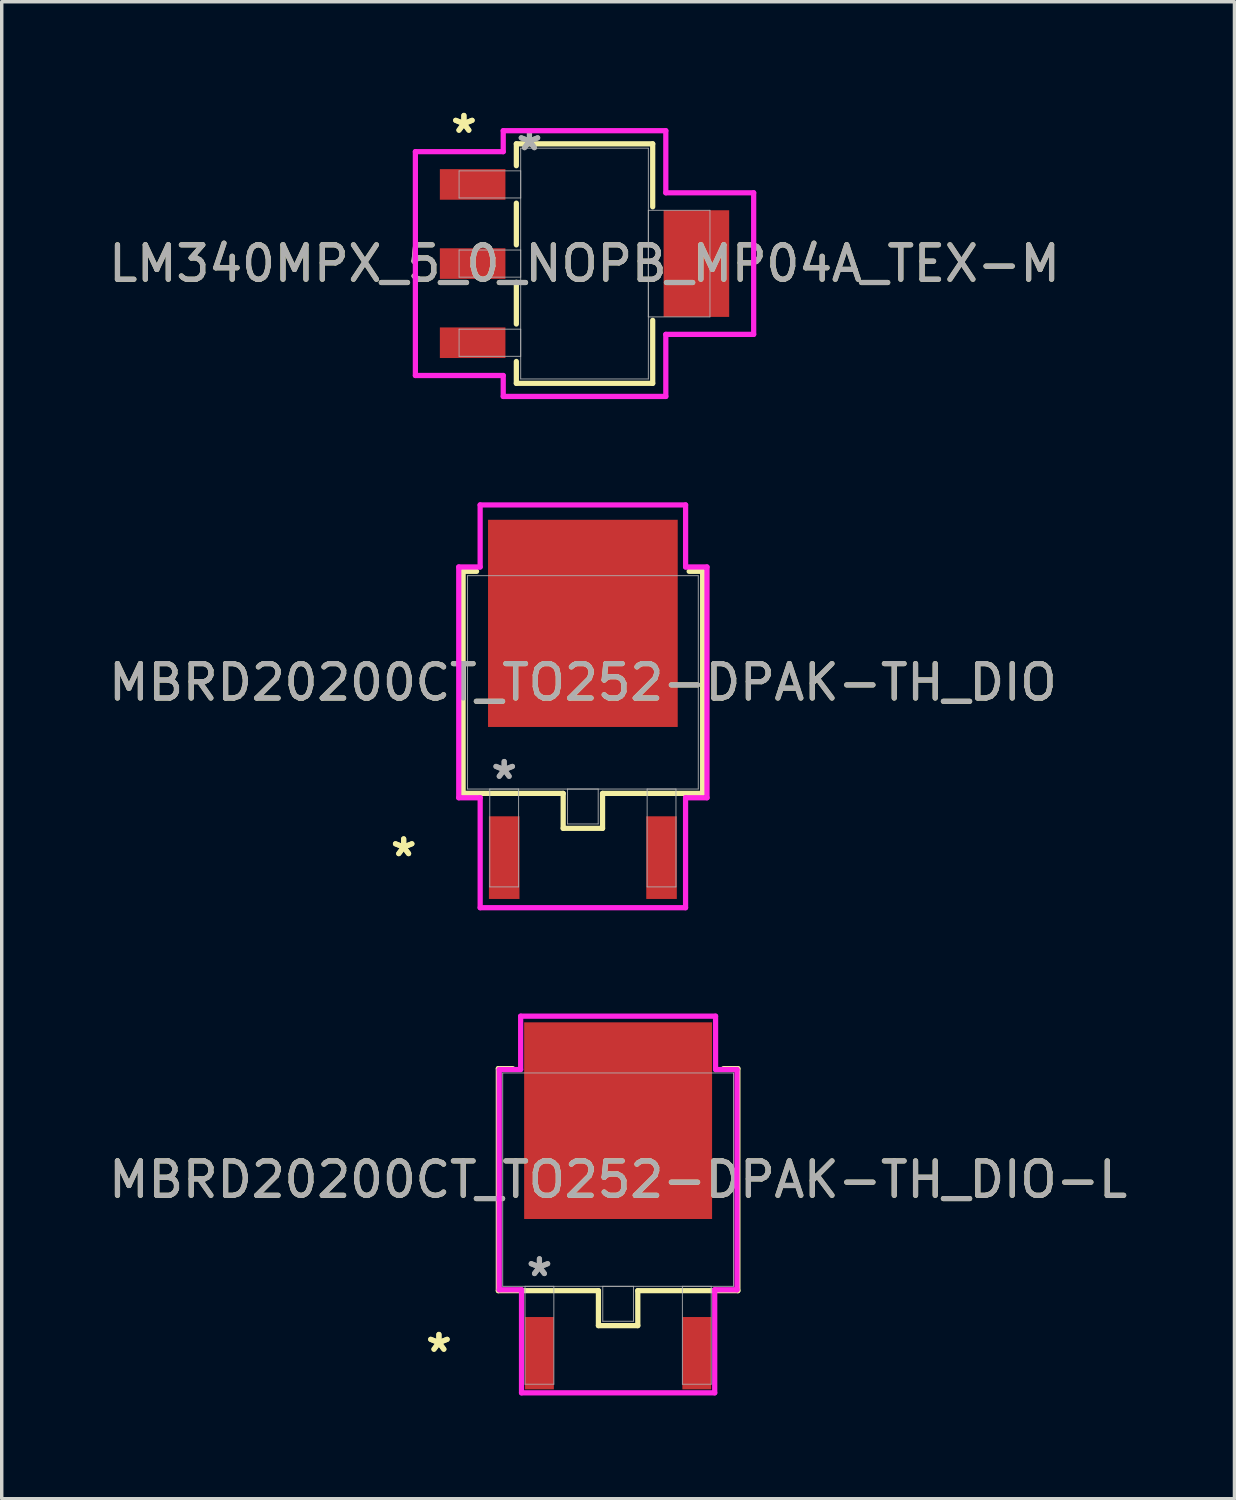
<source format=kicad_pcb>
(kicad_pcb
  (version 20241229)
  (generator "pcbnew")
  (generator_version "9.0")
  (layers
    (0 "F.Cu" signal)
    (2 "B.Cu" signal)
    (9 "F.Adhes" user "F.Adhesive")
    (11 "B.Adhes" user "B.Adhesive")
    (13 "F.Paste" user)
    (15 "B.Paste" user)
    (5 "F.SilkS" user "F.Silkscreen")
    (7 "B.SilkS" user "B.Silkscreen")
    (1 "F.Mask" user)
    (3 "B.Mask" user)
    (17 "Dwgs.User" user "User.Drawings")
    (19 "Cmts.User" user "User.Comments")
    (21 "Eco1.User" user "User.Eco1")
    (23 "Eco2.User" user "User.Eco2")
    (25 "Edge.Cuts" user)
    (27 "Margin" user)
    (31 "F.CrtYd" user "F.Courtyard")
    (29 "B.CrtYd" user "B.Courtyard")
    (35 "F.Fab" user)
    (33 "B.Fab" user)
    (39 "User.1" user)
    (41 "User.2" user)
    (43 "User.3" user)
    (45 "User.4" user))
  (footprint "LM340MPX_5_0_NOPB_MP04A_TEX-M"
    (layer "F.Cu")
    (at 13.935 4.609)
    (property "Reference" "LM340MPX_5_0_NOPB_MP04A_TEX-M" (at 0 0 0) (unlocked yes) (layer "F.SilkS") (effects (font (size 1 1) (thickness 0.15))))
    (attr smd)
    (fp_line (start -1.981 -3.48) (end -1.981 -2.844) (stroke (width 0.152) (type solid)) (layer "F.SilkS"))
    (fp_line (start -1.981 -1.756) (end -1.981 -0.544) (stroke (width 0.152) (type solid)) (layer "F.SilkS"))
    (fp_line (start -1.981 0.544) (end -1.981 1.756) (stroke (width 0.152) (type solid)) (layer "F.SilkS"))
    (fp_line (start -1.981 2.844) (end -1.981 3.48) (stroke (width 0.152) (type solid)) (layer "F.SilkS"))
    (fp_line (start -1.981 3.48) (end 1.981 3.48) (stroke (width 0.152) (type solid)) (layer "F.SilkS"))
    (fp_line (start 1.981 -3.48) (end -1.981 -3.48) (stroke (width 0.152) (type solid)) (layer "F.SilkS"))
    (fp_line (start 1.981 -1.649) (end 1.981 -3.48) (stroke (width 0.152) (type solid)) (layer "F.SilkS"))
    (fp_line (start 1.981 3.48) (end 1.981 1.649) (stroke (width 0.152) (type solid)) (layer "F.SilkS"))
    (fp_line (start -4.915 -3.252) (end -2.362 -3.252) (stroke (width 0.152) (type solid)) (layer "F.CrtYd"))
    (fp_line (start -4.915 3.252) (end -4.915 -3.252) (stroke (width 0.152) (type solid)) (layer "F.CrtYd"))
    (fp_line (start -2.362 -3.861) (end 2.362 -3.861) (stroke (width 0.152) (type solid)) (layer "F.CrtYd"))
    (fp_line (start -2.362 -3.252) (end -2.362 -3.861) (stroke (width 0.152) (type solid)) (layer "F.CrtYd"))
    (fp_line (start -2.362 3.252) (end -4.915 3.252) (stroke (width 0.152) (type solid)) (layer "F.CrtYd"))
    (fp_line (start -2.362 3.861) (end -2.362 3.252) (stroke (width 0.152) (type solid)) (layer "F.CrtYd"))
    (fp_line (start 2.362 -3.861) (end 2.362 -2.057) (stroke (width 0.152) (type solid)) (layer "F.CrtYd"))
    (fp_line (start 2.362 -2.057) (end 4.915 -2.057) (stroke (width 0.152) (type solid)) (layer "F.CrtYd"))
    (fp_line (start 2.362 2.057) (end 2.362 3.861) (stroke (width 0.152) (type solid)) (layer "F.CrtYd"))
    (fp_line (start 2.362 3.861) (end -2.362 3.861) (stroke (width 0.152) (type solid)) (layer "F.CrtYd"))
    (fp_line (start 4.915 -2.057) (end 4.915 2.057) (stroke (width 0.152) (type solid)) (layer "F.CrtYd"))
    (fp_line (start 4.915 2.057) (end 2.362 2.057) (stroke (width 0.152) (type solid)) (layer "F.CrtYd"))
    (fp_line (start -3.645 -2.694) (end -3.645 -1.906) (stroke (width 0.025) (type solid)) (layer "F.Fab"))
    (fp_line (start -3.645 -1.906) (end -1.854 -1.906) (stroke (width 0.025) (type solid)) (layer "F.Fab"))
    (fp_line (start -3.645 -0.394) (end -3.645 0.394) (stroke (width 0.025) (type solid)) (layer "F.Fab"))
    (fp_line (start -3.645 0.394) (end -1.854 0.394) (stroke (width 0.025) (type solid)) (layer "F.Fab"))
    (fp_line (start -3.645 1.906) (end -3.645 2.694) (stroke (width 0.025) (type solid)) (layer "F.Fab"))
    (fp_line (start -3.645 2.694) (end -1.854 2.694) (stroke (width 0.025) (type solid)) (layer "F.Fab"))
    (fp_line (start -1.854 -3.353) (end -1.854 3.353) (stroke (width 0.025) (type solid)) (layer "F.Fab"))
    (fp_line (start -1.854 -2.694) (end -3.645 -2.694) (stroke (width 0.025) (type solid)) (layer "F.Fab"))
    (fp_line (start -1.854 -1.906) (end -1.854 -2.694) (stroke (width 0.025) (type solid)) (layer "F.Fab"))
    (fp_line (start -1.854 -0.394) (end -3.645 -0.394) (stroke (width 0.025) (type solid)) (layer "F.Fab"))
    (fp_line (start -1.854 0.394) (end -1.854 -0.394) (stroke (width 0.025) (type solid)) (layer "F.Fab"))
    (fp_line (start -1.854 1.906) (end -3.645 1.906) (stroke (width 0.025) (type solid)) (layer "F.Fab"))
    (fp_line (start -1.854 2.694) (end -1.854 1.906) (stroke (width 0.025) (type solid)) (layer "F.Fab"))
    (fp_line (start -1.854 3.353) (end 1.854 3.353) (stroke (width 0.025) (type solid)) (layer "F.Fab"))
    (fp_line (start 1.854 -3.353) (end -1.854 -3.353) (stroke (width 0.025) (type solid)) (layer "F.Fab"))
    (fp_line (start 1.854 -1.549) (end 1.854 1.549) (stroke (width 0.025) (type solid)) (layer "F.Fab"))
    (fp_line (start 1.854 1.549) (end 3.645 1.549) (stroke (width 0.025) (type solid)) (layer "F.Fab"))
    (fp_line (start 1.854 3.353) (end 1.854 -3.353) (stroke (width 0.025) (type solid)) (layer "F.Fab"))
    (fp_line (start 3.645 -1.549) (end 1.854 -1.549) (stroke (width 0.025) (type solid)) (layer "F.Fab"))
    (fp_line (start 3.645 1.549) (end 3.645 -1.549) (stroke (width 0.025) (type solid)) (layer "F.Fab"))
    (fp_text user "*" (at -3.505 -3.76 0) (unlocked yes) (layer "F.SilkS") (effects (font (size 1 1) (thickness 0.15))))
    (fp_text user "*" (at -3.505 -3.76 0) (layer "F.SilkS") (effects (font (size 1 1) (thickness 0.15))))
    (fp_text user "*" (at -1.6 -3.252 0) (layer "F.Fab") (effects (font (size 1 1) (thickness 0.15))))
    (fp_text user "${REFERENCE}" (at 0 0 0) (unlocked yes) (layer "F.Fab") (effects (font (size 1 1) (thickness 0.15))))
    (fp_text user "*" (at -1.6 -3.252 0) (unlocked yes) (layer "F.Fab") (effects (font (size 1 1) (thickness 0.15))))
    (pad "1" smd rect (at -3.251 -2.3) (size 1.905 0.889) (layers "F.Cu" "F.Mask" "F.Paste"))
    (pad "2" smd rect (at -3.251 0) (size 1.905 0.889) (layers "F.Cu" "F.Mask" "F.Paste"))
    (pad "3" smd rect (at -3.251 2.3) (size 1.905 0.889) (layers "F.Cu" "F.Mask" "F.Paste"))
    (pad "4" smd rect (at 3.251 0) (size 1.905 3.099) (layers "F.Cu" "F.Mask" "F.Paste")))
  (footprint "MBRD20200CT_TO252-DPAK-TH_DIO-L"
    (layer "F.Cu")
    (at 14.911 31.228)
    (property "Reference" "MBRD20200CT_TO252-DPAK-TH_DIO-L" (at 0 0 0) (unlocked yes) (layer "F.SilkS") (effects (font (size 1 1) (thickness 0.15))))
    (attr smd)
    (fp_line (start -3.48 -3.226) (end -3.48 3.226) (stroke (width 0.152) (type solid)) (layer "F.SilkS"))
    (fp_line (start -3.48 3.226) (end -0.572 3.226) (stroke (width 0.152) (type solid)) (layer "F.SilkS"))
    (fp_line (start -3.063 -3.226) (end -3.48 -3.226) (stroke (width 0.152) (type solid)) (layer "F.SilkS"))
    (fp_line (start -0.572 3.226) (end -0.572 4.242) (stroke (width 0.152) (type solid)) (layer "F.SilkS"))
    (fp_line (start -0.572 4.242) (end 0.572 4.242) (stroke (width 0.152) (type solid)) (layer "F.SilkS"))
    (fp_line (start 0.572 3.226) (end 3.48 3.226) (stroke (width 0.152) (type solid)) (layer "F.SilkS"))
    (fp_line (start 0.572 4.242) (end 0.572 3.226) (stroke (width 0.152) (type solid)) (layer "F.SilkS"))
    (fp_line (start 3.48 -3.226) (end 3.063 -3.226) (stroke (width 0.152) (type solid)) (layer "F.SilkS"))
    (fp_line (start 3.48 3.226) (end 3.48 -3.226) (stroke (width 0.152) (type solid)) (layer "F.SilkS"))
    (fp_line (start -3.454 -3.2) (end -2.832 -3.2) (stroke (width 0.152) (type solid)) (layer "F.CrtYd"))
    (fp_line (start -3.454 3.2) (end -3.454 -3.2) (stroke (width 0.152) (type solid)) (layer "F.CrtYd"))
    (fp_line (start -2.832 -4.75) (end 2.832 -4.75) (stroke (width 0.152) (type solid)) (layer "F.CrtYd"))
    (fp_line (start -2.832 -3.2) (end -2.832 -4.75) (stroke (width 0.152) (type solid)) (layer "F.CrtYd"))
    (fp_line (start -2.807 3.2) (end -3.454 3.2) (stroke (width 0.152) (type solid)) (layer "F.CrtYd"))
    (fp_line (start -2.807 6.195) (end -2.807 3.2) (stroke (width 0.152) (type solid)) (layer "F.CrtYd"))
    (fp_line (start 2.807 3.2) (end 2.807 6.195) (stroke (width 0.152) (type solid)) (layer "F.CrtYd"))
    (fp_line (start 2.807 6.195) (end -2.807 6.195) (stroke (width 0.152) (type solid)) (layer "F.CrtYd"))
    (fp_line (start 2.832 -4.75) (end 2.832 -3.2) (stroke (width 0.152) (type solid)) (layer "F.CrtYd"))
    (fp_line (start 2.832 -3.2) (end 3.454 -3.2) (stroke (width 0.152) (type solid)) (layer "F.CrtYd"))
    (fp_line (start 3.454 -3.2) (end 3.454 3.2) (stroke (width 0.152) (type solid)) (layer "F.CrtYd"))
    (fp_line (start 3.454 3.2) (end 2.807 3.2) (stroke (width 0.152) (type solid)) (layer "F.CrtYd"))
    (fp_line (start -3.353 -3.099) (end -3.353 3.099) (stroke (width 0.025) (type solid)) (layer "F.Fab"))
    (fp_line (start -3.353 3.099) (end 3.353 3.099) (stroke (width 0.025) (type solid)) (layer "F.Fab"))
    (fp_line (start -2.705 3.099) (end -2.705 5.944) (stroke (width 0.025) (type solid)) (layer "F.Fab"))
    (fp_line (start -2.705 5.944) (end -1.867 5.944) (stroke (width 0.025) (type solid)) (layer "F.Fab"))
    (fp_line (start -1.867 3.099) (end -2.705 3.099) (stroke (width 0.025) (type solid)) (layer "F.Fab"))
    (fp_line (start -1.867 5.944) (end -1.867 3.099) (stroke (width 0.025) (type solid)) (layer "F.Fab"))
    (fp_line (start -0.445 3.099) (end -0.445 4.115) (stroke (width 0.025) (type solid)) (layer "F.Fab"))
    (fp_line (start -0.445 4.115) (end 0.445 4.115) (stroke (width 0.025) (type solid)) (layer "F.Fab"))
    (fp_line (start 0.445 3.099) (end -0.445 3.099) (stroke (width 0.025) (type solid)) (layer "F.Fab"))
    (fp_line (start 0.445 4.115) (end 0.445 3.099) (stroke (width 0.025) (type solid)) (layer "F.Fab"))
    (fp_line (start 1.867 3.099) (end 1.867 5.944) (stroke (width 0.025) (type solid)) (layer "F.Fab"))
    (fp_line (start 1.867 5.944) (end 2.705 5.944) (stroke (width 0.025) (type solid)) (layer "F.Fab"))
    (fp_line (start 2.705 3.099) (end 1.867 3.099) (stroke (width 0.025) (type solid)) (layer "F.Fab"))
    (fp_line (start 2.705 5.944) (end 2.705 3.099) (stroke (width 0.025) (type solid)) (layer "F.Fab"))
    (fp_line (start 3.353 -3.099) (end -3.353 -3.099) (stroke (width 0.025) (type solid)) (layer "F.Fab"))
    (fp_line (start 3.353 3.099) (end 3.353 -3.099) (stroke (width 0.025) (type solid)) (layer "F.Fab"))
    (fp_text user "*" (at -5.207 5.043 0) (unlocked yes) (layer "F.SilkS") (effects (font (size 1 1) (thickness 0.15))))
    (fp_text user "*" (at -5.207 5.043 0) (layer "F.SilkS") (effects (font (size 1 1) (thickness 0.15))))
    (fp_text user "${REFERENCE}" (at 0 0 0) (unlocked yes) (layer "F.Fab") (effects (font (size 1 1) (thickness 0.15))))
    (fp_text user "*" (at -2.286 2.845 0) (unlocked yes) (layer "F.Fab") (effects (font (size 1 1) (thickness 0.15))))
    (fp_text user "*" (at -2.286 2.845 0) (layer "F.Fab") (effects (font (size 1 1) (thickness 0.15))))
    (pad "1" smd rect (at -2.286 5.043) (size 0.838 2.102) (layers "F.Cu" "F.Mask" "F.Paste"))
    (pad "2" smd rect (at 0 -1.714) (size 5.461 5.715) (layers "F.Cu" "F.Mask" "F.Paste"))
    (pad "3" smd rect (at 2.286 5.043) (size 0.838 2.102) (layers "F.Cu" "F.Mask" "F.Paste")))
  (footprint "MBRD20200CT_TO252-DPAK-TH_DIO"
    (layer "F.Cu")
    (at 13.887 16.778)
    (property "Reference" "MBRD20200CT_TO252-DPAK-TH_DIO" (at 0 0 0) (unlocked yes) (layer "F.SilkS") (effects (font (size 1 1) (thickness 0.15))))
    (attr smd)
    (fp_line (start -3.48 -3.226) (end -3.48 3.226) (stroke (width 0.152) (type solid)) (layer "F.SilkS"))
    (fp_line (start -3.48 3.226) (end -0.572 3.226) (stroke (width 0.152) (type solid)) (layer "F.SilkS"))
    (fp_line (start -3.089 -3.226) (end -3.48 -3.226) (stroke (width 0.152) (type solid)) (layer "F.SilkS"))
    (fp_line (start -0.572 3.226) (end -0.572 4.242) (stroke (width 0.152) (type solid)) (layer "F.SilkS"))
    (fp_line (start -0.572 4.242) (end 0.572 4.242) (stroke (width 0.152) (type solid)) (layer "F.SilkS"))
    (fp_line (start 0.572 3.226) (end 3.48 3.226) (stroke (width 0.152) (type solid)) (layer "F.SilkS"))
    (fp_line (start 0.572 4.242) (end 0.572 3.226) (stroke (width 0.152) (type solid)) (layer "F.SilkS"))
    (fp_line (start 3.48 -3.226) (end 3.089 -3.226) (stroke (width 0.152) (type solid)) (layer "F.SilkS"))
    (fp_line (start 3.48 3.226) (end 3.48 -3.226) (stroke (width 0.152) (type solid)) (layer "F.SilkS"))
    (fp_line (start -3.607 -3.353) (end -2.985 -3.353) (stroke (width 0.152) (type solid)) (layer "F.CrtYd"))
    (fp_line (start -3.607 3.353) (end -3.607 -3.353) (stroke (width 0.152) (type solid)) (layer "F.CrtYd"))
    (fp_line (start -2.985 -5.156) (end 2.985 -5.156) (stroke (width 0.152) (type solid)) (layer "F.CrtYd"))
    (fp_line (start -2.985 -3.353) (end -2.985 -5.156) (stroke (width 0.152) (type solid)) (layer "F.CrtYd"))
    (fp_line (start -2.984 3.353) (end -3.607 3.353) (stroke (width 0.152) (type solid)) (layer "F.CrtYd"))
    (fp_line (start -2.984 6.548) (end -2.984 3.353) (stroke (width 0.152) (type solid)) (layer "F.CrtYd"))
    (fp_line (start 2.984 3.353) (end 2.984 6.548) (stroke (width 0.152) (type solid)) (layer "F.CrtYd"))
    (fp_line (start 2.984 6.548) (end -2.984 6.548) (stroke (width 0.152) (type solid)) (layer "F.CrtYd"))
    (fp_line (start 2.985 -5.156) (end 2.985 -3.353) (stroke (width 0.152) (type solid)) (layer "F.CrtYd"))
    (fp_line (start 2.985 -3.353) (end 3.607 -3.353) (stroke (width 0.152) (type solid)) (layer "F.CrtYd"))
    (fp_line (start 3.607 -3.353) (end 3.607 3.353) (stroke (width 0.152) (type solid)) (layer "F.CrtYd"))
    (fp_line (start 3.607 3.353) (end 2.984 3.353) (stroke (width 0.152) (type solid)) (layer "F.CrtYd"))
    (fp_line (start -3.353 -3.099) (end -3.353 3.099) (stroke (width 0.025) (type solid)) (layer "F.Fab"))
    (fp_line (start -3.353 3.099) (end 3.353 3.099) (stroke (width 0.025) (type solid)) (layer "F.Fab"))
    (fp_line (start -2.705 3.099) (end -2.705 5.944) (stroke (width 0.025) (type solid)) (layer "F.Fab"))
    (fp_line (start -2.705 5.944) (end -1.867 5.944) (stroke (width 0.025) (type solid)) (layer "F.Fab"))
    (fp_line (start -1.867 3.099) (end -2.705 3.099) (stroke (width 0.025) (type solid)) (layer "F.Fab"))
    (fp_line (start -1.867 5.944) (end -1.867 3.099) (stroke (width 0.025) (type solid)) (layer "F.Fab"))
    (fp_line (start -0.445 3.099) (end -0.445 4.115) (stroke (width 0.025) (type solid)) (layer "F.Fab"))
    (fp_line (start -0.445 4.115) (end 0.445 4.115) (stroke (width 0.025) (type solid)) (layer "F.Fab"))
    (fp_line (start 0.445 3.099) (end -0.445 3.099) (stroke (width 0.025) (type solid)) (layer "F.Fab"))
    (fp_line (start 0.445 4.115) (end 0.445 3.099) (stroke (width 0.025) (type solid)) (layer "F.Fab"))
    (fp_line (start 1.867 3.099) (end 1.867 5.944) (stroke (width 0.025) (type solid)) (layer "F.Fab"))
    (fp_line (start 1.867 5.944) (end 2.705 5.944) (stroke (width 0.025) (type solid)) (layer "F.Fab"))
    (fp_line (start 2.705 3.099) (end 1.867 3.099) (stroke (width 0.025) (type solid)) (layer "F.Fab"))
    (fp_line (start 2.705 5.944) (end 2.705 3.099) (stroke (width 0.025) (type solid)) (layer "F.Fab"))
    (fp_line (start 3.353 -3.099) (end -3.353 -3.099) (stroke (width 0.025) (type solid)) (layer "F.Fab"))
    (fp_line (start 3.353 3.099) (end 3.353 -3.099) (stroke (width 0.025) (type solid)) (layer "F.Fab"))
    (fp_text user "*" (at -5.207 5.093 0) (layer "F.SilkS") (effects (font (size 1 1) (thickness 0.15))))
    (fp_text user "*" (at -5.207 5.093 0) (unlocked yes) (layer "F.SilkS") (effects (font (size 1 1) (thickness 0.15))))
    (fp_text user "*" (at -2.286 2.845 0) (unlocked yes) (layer "F.Fab") (effects (font (size 1 1) (thickness 0.15))))
    (fp_text user "*" (at -2.286 2.845 0) (layer "F.Fab") (effects (font (size 1 1) (thickness 0.15))))
    (fp_text user "${REFERENCE}" (at 0 0 0) (unlocked yes) (layer "F.Fab") (effects (font (size 1 1) (thickness 0.15))))
    (pad "1" smd rect (at -2.286 5.093) (size 0.888 2.402) (layers "F.Cu" "F.Mask" "F.Paste"))
    (pad "2" smd rect (at 0 -1.714) (size 5.512 6.02) (layers "F.Cu" "F.Mask" "F.Paste"))
    (pad "3" smd rect (at 2.286 5.093) (size 0.888 2.402) (layers "F.Cu" "F.Mask" "F.Paste")))
  (gr_rect
    (start -3 -3)
    (end 32.821 40.499)
    (stroke (width 0.1) (type default))
    (fill no)
    (layer "Edge.Cuts")))
</source>
